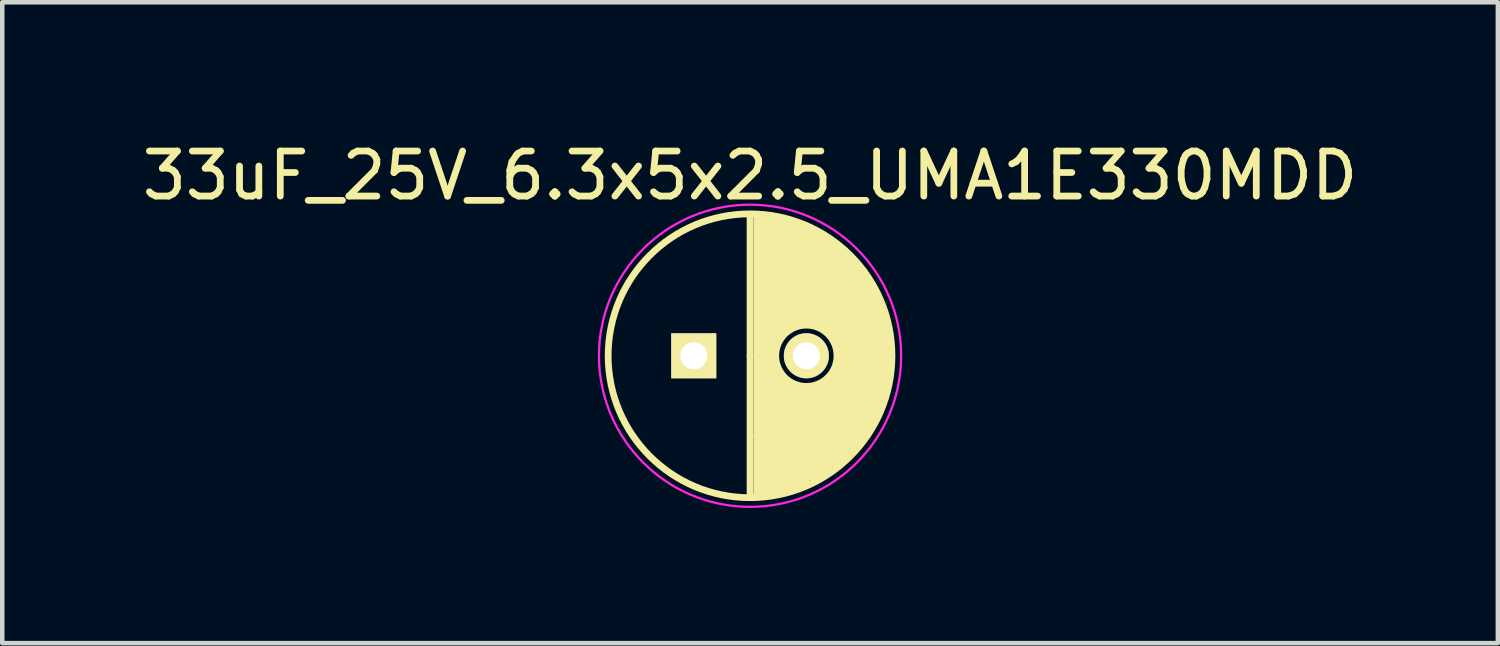
<source format=kicad_pcb>
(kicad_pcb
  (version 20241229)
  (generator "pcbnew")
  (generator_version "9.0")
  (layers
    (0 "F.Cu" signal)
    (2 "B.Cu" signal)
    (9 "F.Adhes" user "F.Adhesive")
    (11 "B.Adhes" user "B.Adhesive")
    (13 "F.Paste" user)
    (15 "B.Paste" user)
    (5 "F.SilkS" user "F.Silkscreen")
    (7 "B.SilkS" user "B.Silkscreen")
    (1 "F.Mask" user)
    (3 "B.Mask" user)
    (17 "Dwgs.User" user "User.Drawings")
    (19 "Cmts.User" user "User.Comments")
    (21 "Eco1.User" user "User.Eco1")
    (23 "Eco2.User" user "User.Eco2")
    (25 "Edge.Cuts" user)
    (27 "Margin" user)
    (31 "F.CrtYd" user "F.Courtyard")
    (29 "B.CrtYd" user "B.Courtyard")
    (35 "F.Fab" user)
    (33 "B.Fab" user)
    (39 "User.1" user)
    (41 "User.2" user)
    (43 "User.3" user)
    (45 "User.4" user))
  (footprint "33uF_25V_6.3x5x2.5_UMA1E330MDD"
    (layer "F.Cu")
    (at 13.601 4.848)
    (property "Reference" "33uF_25V_6.3x5x2.5_UMA1E330MDD" (at 0 -4 0) (layer "F.SilkS") (effects (font (size 1 1) (thickness 0.15))))
    (attr through_hole)
    (fp_line (start 0 0) (end 0 -3.1) (stroke (width 0.15) (type solid)) (layer "F.SilkS"))
    (fp_line (start 0 0) (end 0 3.1) (stroke (width 0.15) (type solid)) (layer "F.SilkS"))
    (fp_line (start 0.15 1.8) (end 0.15 -3.1) (stroke (width 0.15) (type solid)) (layer "F.SilkS"))
    (fp_line (start 0.15 3.1) (end 0.15 1.8) (stroke (width 0.15) (type solid)) (layer "F.SilkS"))
    (fp_line (start 0.25 -3.1) (end 0.25 3.1) (stroke (width 0.15) (type solid)) (layer "F.SilkS"))
    (fp_line (start 0.35 3) (end 0.35 -3) (stroke (width 0.15) (type solid)) (layer "F.SilkS"))
    (fp_line (start 0.45 -3.1) (end 0.45 3.1) (stroke (width 0.15) (type solid)) (layer "F.SilkS"))
    (fp_line (start 0.55 -3) (end 0.55 -0.2) (stroke (width 0.15) (type solid)) (layer "F.SilkS"))
    (fp_line (start 0.55 0.2) (end 0.55 3) (stroke (width 0.15) (type solid)) (layer "F.SilkS"))
    (fp_line (start 0.65 -3) (end 0.55 -3) (stroke (width 0.15) (type solid)) (layer "F.SilkS"))
    (fp_line (start 0.65 -0.4) (end 0.65 -3) (stroke (width 0.15) (type solid)) (layer "F.SilkS"))
    (fp_line (start 0.65 3) (end 0.65 0.5) (stroke (width 0.15) (type solid)) (layer "F.SilkS"))
    (fp_line (start 0.75 -3) (end 0.75 -0.6) (stroke (width 0.15) (type solid)) (layer "F.SilkS"))
    (fp_line (start 0.75 -0.6) (end 0.65 -0.4) (stroke (width 0.15) (type solid)) (layer "F.SilkS"))
    (fp_line (start 0.75 0.5) (end 0.75 3) (stroke (width 0.15) (type solid)) (layer "F.SilkS"))
    (fp_line (start 0.85 -2.9) (end 0.75 -3) (stroke (width 0.15) (type solid)) (layer "F.SilkS"))
    (fp_line (start 0.85 -0.6) (end 0.85 -2.9) (stroke (width 0.15) (type solid)) (layer "F.SilkS"))
    (fp_line (start 0.85 2.9) (end 0.85 0.6) (stroke (width 0.15) (type solid)) (layer "F.SilkS"))
    (fp_line (start 0.95 -2.9) (end 0.95 -0.7) (stroke (width 0.15) (type solid)) (layer "F.SilkS"))
    (fp_line (start 0.95 -0.7) (end 0.85 -0.6) (stroke (width 0.15) (type solid)) (layer "F.SilkS"))
    (fp_line (start 0.95 0.7) (end 0.95 2.9) (stroke (width 0.15) (type solid)) (layer "F.SilkS"))
    (fp_line (start 1.05 -2.9) (end 1.15 -2.8) (stroke (width 0.15) (type solid)) (layer "F.SilkS"))
    (fp_line (start 1.05 -2.8) (end 0.95 -2.9) (stroke (width 0.15) (type solid)) (layer "F.SilkS"))
    (fp_line (start 1.05 -0.7) (end 1.05 -2.8) (stroke (width 0.15) (type solid)) (layer "F.SilkS"))
    (fp_line (start 1.05 2.9) (end 1.05 0.7) (stroke (width 0.15) (type solid)) (layer "F.SilkS"))
    (fp_line (start 1.15 -2.8) (end 1.15 -0.7) (stroke (width 0.15) (type solid)) (layer "F.SilkS"))
    (fp_line (start 1.15 -0.7) (end 1.05 -0.7) (stroke (width 0.15) (type solid)) (layer "F.SilkS"))
    (fp_line (start 1.15 0.7) (end 1.15 2.8) (stroke (width 0.15) (type solid)) (layer "F.SilkS"))
    (fp_line (start 1.25 -2.8) (end 1.05 -2.9) (stroke (width 0.15) (type solid)) (layer "F.SilkS"))
    (fp_line (start 1.25 -0.8) (end 1.25 -2.8) (stroke (width 0.15) (type solid)) (layer "F.SilkS"))
    (fp_line (start 1.25 2.8) (end 1.25 0.8) (stroke (width 0.15) (type solid)) (layer "F.SilkS"))
    (fp_line (start 1.35 -2.8) (end 1.35 -0.7) (stroke (width 0.15) (type solid)) (layer "F.SilkS"))
    (fp_line (start 1.35 -0.7) (end 1.25 -0.8) (stroke (width 0.15) (type solid)) (layer "F.SilkS"))
    (fp_line (start 1.35 0.7) (end 1.35 2.7) (stroke (width 0.15) (type solid)) (layer "F.SilkS"))
    (fp_line (start 1.45 -2.7) (end 1.35 -2.8) (stroke (width 0.15) (type solid)) (layer "F.SilkS"))
    (fp_line (start 1.45 -0.7) (end 1.45 -2.7) (stroke (width 0.15) (type solid)) (layer "F.SilkS"))
    (fp_line (start 1.45 2.7) (end 1.45 0.7) (stroke (width 0.15) (type solid)) (layer "F.SilkS"))
    (fp_line (start 1.55 -2.7) (end 1.55 -0.7) (stroke (width 0.15) (type solid)) (layer "F.SilkS"))
    (fp_line (start 1.55 -0.7) (end 1.45 -0.7) (stroke (width 0.15) (type solid)) (layer "F.SilkS"))
    (fp_line (start 1.55 0.7) (end 1.55 2.6) (stroke (width 0.15) (type solid)) (layer "F.SilkS"))
    (fp_line (start 1.65 -2.6) (end 1.55 -2.7) (stroke (width 0.15) (type solid)) (layer "F.SilkS"))
    (fp_line (start 1.65 -2.5) (end 1.85 -2.5) (stroke (width 0.15) (type solid)) (layer "F.SilkS"))
    (fp_line (start 1.65 -0.6) (end 1.65 -2.6) (stroke (width 0.15) (type solid)) (layer "F.SilkS"))
    (fp_line (start 1.65 2.6) (end 1.65 0.6) (stroke (width 0.15) (type solid)) (layer "F.SilkS"))
    (fp_line (start 1.75 -2.5) (end 1.75 -0.6) (stroke (width 0.15) (type solid)) (layer "F.SilkS"))
    (fp_line (start 1.75 0.6) (end 1.75 2.5) (stroke (width 0.15) (type solid)) (layer "F.SilkS"))
    (fp_line (start 1.85 -0.4) (end 1.85 -2.4) (stroke (width 0.15) (type solid)) (layer "F.SilkS"))
    (fp_line (start 1.85 2.4) (end 1.85 0.5) (stroke (width 0.15) (type solid)) (layer "F.SilkS"))
    (fp_line (start 1.95 -2.4) (end 1.95 -0.3) (stroke (width 0.15) (type solid)) (layer "F.SilkS"))
    (fp_line (start 1.95 0.2) (end 1.95 0.4) (stroke (width 0.15) (type solid)) (layer "F.SilkS"))
    (fp_line (start 1.95 0.4) (end 1.95 2.4) (stroke (width 0.15) (type solid)) (layer "F.SilkS"))
    (fp_line (start 2.05 -2.3) (end 2.15 -2.2) (stroke (width 0.15) (type solid)) (layer "F.SilkS"))
    (fp_line (start 2.05 0) (end 2.05 -2.3) (stroke (width 0.15) (type solid)) (layer "F.SilkS"))
    (fp_line (start 2.05 2.3) (end 2.05 0) (stroke (width 0.15) (type solid)) (layer "F.SilkS"))
    (fp_line (start 2.15 -2.1) (end 2.15 2.2) (stroke (width 0.15) (type solid)) (layer "F.SilkS"))
    (fp_line (start 2.15 2.2) (end 2.25 2.1) (stroke (width 0.15) (type solid)) (layer "F.SilkS"))
    (fp_line (start 2.25 -2.1) (end 2.35 -1.9) (stroke (width 0.15) (type solid)) (layer "F.SilkS"))
    (fp_line (start 2.25 2.1) (end 2.25 -2.1) (stroke (width 0.15) (type solid)) (layer "F.SilkS"))
    (fp_line (start 2.35 -1.9) (end 2.35 2) (stroke (width 0.15) (type solid)) (layer "F.SilkS"))
    (fp_line (start 2.35 2) (end 2.45 1.8) (stroke (width 0.15) (type solid)) (layer "F.SilkS"))
    (fp_line (start 2.45 -1.9) (end 2.55 -1.7) (stroke (width 0.15) (type solid)) (layer "F.SilkS"))
    (fp_line (start 2.45 1.8) (end 2.45 -1.9) (stroke (width 0.15) (type solid)) (layer "F.SilkS"))
    (fp_line (start 2.55 -1.7) (end 2.55 1.7) (stroke (width 0.15) (type solid)) (layer "F.SilkS"))
    (fp_line (start 2.55 -1.7) (end 2.65 -1.5) (stroke (width 0.15) (type solid)) (layer "F.SilkS"))
    (fp_line (start 2.55 1.7) (end 2.65 1.5) (stroke (width 0.15) (type solid)) (layer "F.SilkS"))
    (fp_line (start 2.65 -1.5) (end 2.75 -1.3) (stroke (width 0.15) (type solid)) (layer "F.SilkS"))
    (fp_line (start 2.65 1.5) (end 2.65 -1.5) (stroke (width 0.15) (type solid)) (layer "F.SilkS"))
    (fp_line (start 2.75 -1.3) (end 2.75 1.4) (stroke (width 0.15) (type solid)) (layer "F.SilkS"))
    (fp_line (start 2.75 1.4) (end 2.85 1.1) (stroke (width 0.15) (type solid)) (layer "F.SilkS"))
    (fp_line (start 2.85 -1.2) (end 2.95 -0.7) (stroke (width 0.15) (type solid)) (layer "F.SilkS"))
    (fp_line (start 2.85 1.1) (end 2.85 -1.2) (stroke (width 0.15) (type solid)) (layer "F.SilkS"))
    (fp_line (start 2.95 -0.7) (end 2.95 0.9) (stroke (width 0.15) (type solid)) (layer "F.SilkS"))
    (fp_line (start 2.95 0.9) (end 3.05 0.3) (stroke (width 0.15) (type solid)) (layer "F.SilkS"))
    (fp_line (start 3.05 0.3) (end 3.05 -0.5) (stroke (width 0.15) (type solid)) (layer "F.SilkS"))
    (fp_circle (center 0 0) (end 0 3.15) (stroke (width 0.15) (type solid)) (fill no) (layer "F.SilkS"))
    (fp_circle (center 1.25 0) (end 1.65 0.55) (stroke (width 0.15) (type solid)) (fill no) (layer "F.SilkS"))
    (fp_circle (center 0 0) (end 0.6 3.3) (stroke (width 0.05) (type solid)) (fill no) (layer "F.CrtYd"))
    (pad "1" thru_hole rect (at -1.25 0) (size 1 1) (drill 0.6) (layers "*.Cu" "*.Mask" "F.SilkS"))
    (pad "2" thru_hole circle (at 1.25 0) (size 1 1) (drill 0.6) (layers "*.Cu" "*.Mask" "F.SilkS")))
  (gr_rect
    (start -3 -3)
    (end 30.202 11.227)
    (stroke (width 0.1) (type default))
    (fill no)
    (layer "Edge.Cuts")))
</source>
